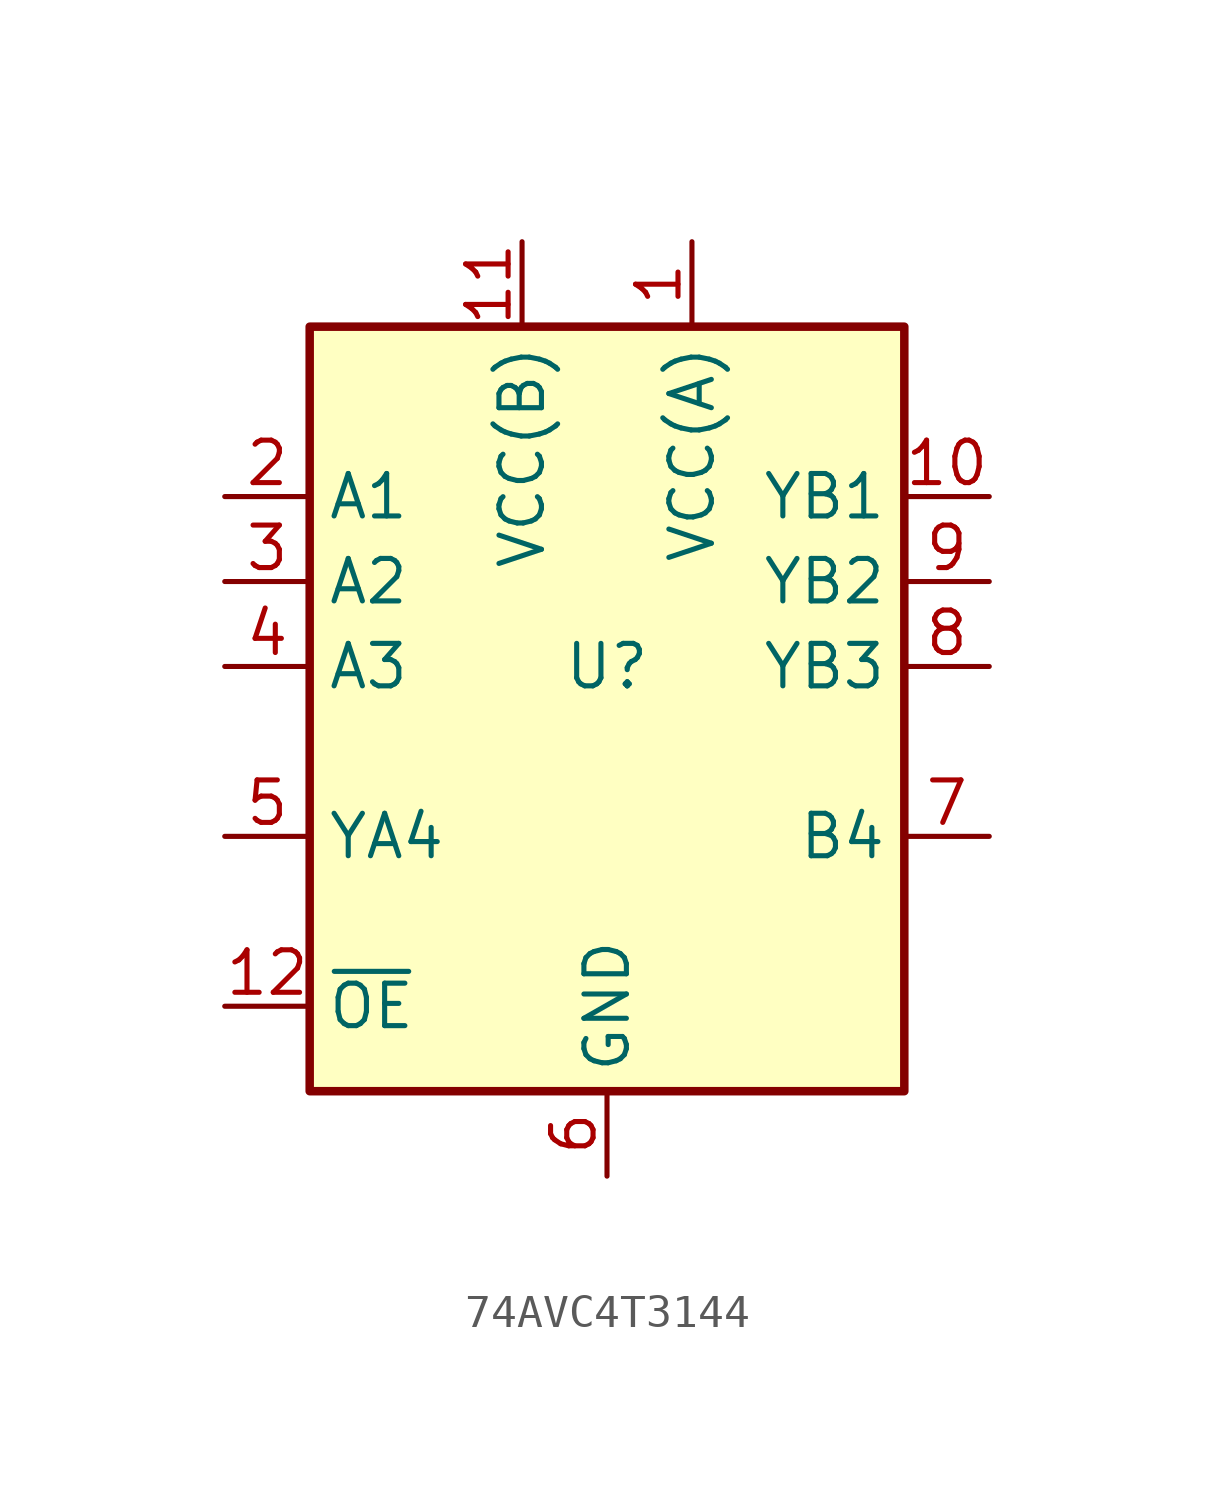
<source format=kicad_sym>
(kicad_symbol_lib
  (version 20241209)
  (generator "kicad_symbol_editor")
  (generator_version "9.0")
  (symbol "74AVC4T3144"
    (property "Reference" "U"
      (at 0 0 0)
      (effects (font (size 1.27 1.27))))
    (property "Value" ""
      (at 0 0 0)
      (effects (font (size 1.27 1.27))))
    (symbol "74AVC4T3144_0_1"
      (rectangle (start -8.89 10.16) (end 8.89 -12.7) (stroke (width 0.254) (type default)) (fill (type background))))
    (symbol "74AVC4T3144_1_1"
      (pin input line (at -11.43 5.08 0) (length 2.54) (name "A1" (effects (font (size 1.27 1.27)))) (number "2" (effects (font (size 1.27 1.27)))))
      (pin input line (at -11.43 2.54 0) (length 2.54) (name "A2" (effects (font (size 1.27 1.27)))) (number "3" (effects (font (size 1.27 1.27)))))
      (pin input line (at -11.43 0 0) (length 2.54) (name "A3" (effects (font (size 1.27 1.27)))) (number "4" (effects (font (size 1.27 1.27)))))
      (pin output line (at -11.43 -5.08 0) (length 2.54) (name "YA4" (effects (font (size 1.27 1.27)))) (number "5" (effects (font (size 1.27 1.27)))))
      (pin input line (at -11.43 -10.16 0) (length 2.54) (name "~{OE}" (effects (font (size 1.27 1.27)))) (number "12" (effects (font (size 1.27 1.27)))))
      (pin power_in line (at -2.54 12.7 270) (length 2.54) (name "VCC(B)" (effects (font (size 1.27 1.27)))) (number "11" (effects (font (size 1.27 1.27)))))
      (pin power_in line (at 0 -15.24 90) (length 2.54) (name "GND" (effects (font (size 1.27 1.27)))) (number "6" (effects (font (size 1.27 1.27)))))
      (pin power_in line (at 2.54 12.7 270) (length 2.54) (name "VCC(A)" (effects (font (size 1.27 1.27)))) (number "1" (effects (font (size 1.27 1.27)))))
      (pin output line (at 11.43 5.08 180) (length 2.54) (name "YB1" (effects (font (size 1.27 1.27)))) (number "10" (effects (font (size 1.27 1.27)))))
      (pin output line (at 11.43 2.54 180) (length 2.54) (name "YB2" (effects (font (size 1.27 1.27)))) (number "9" (effects (font (size 1.27 1.27)))))
      (pin output line (at 11.43 0 180) (length 2.54) (name "YB3" (effects (font (size 1.27 1.27)))) (number "8" (effects (font (size 1.27 1.27)))))
      (pin input line (at 11.43 -5.08 180) (length 2.54) (name "B4" (effects (font (size 1.27 1.27)))) (number "7" (effects (font (size 1.27 1.27))))))))
</source>
